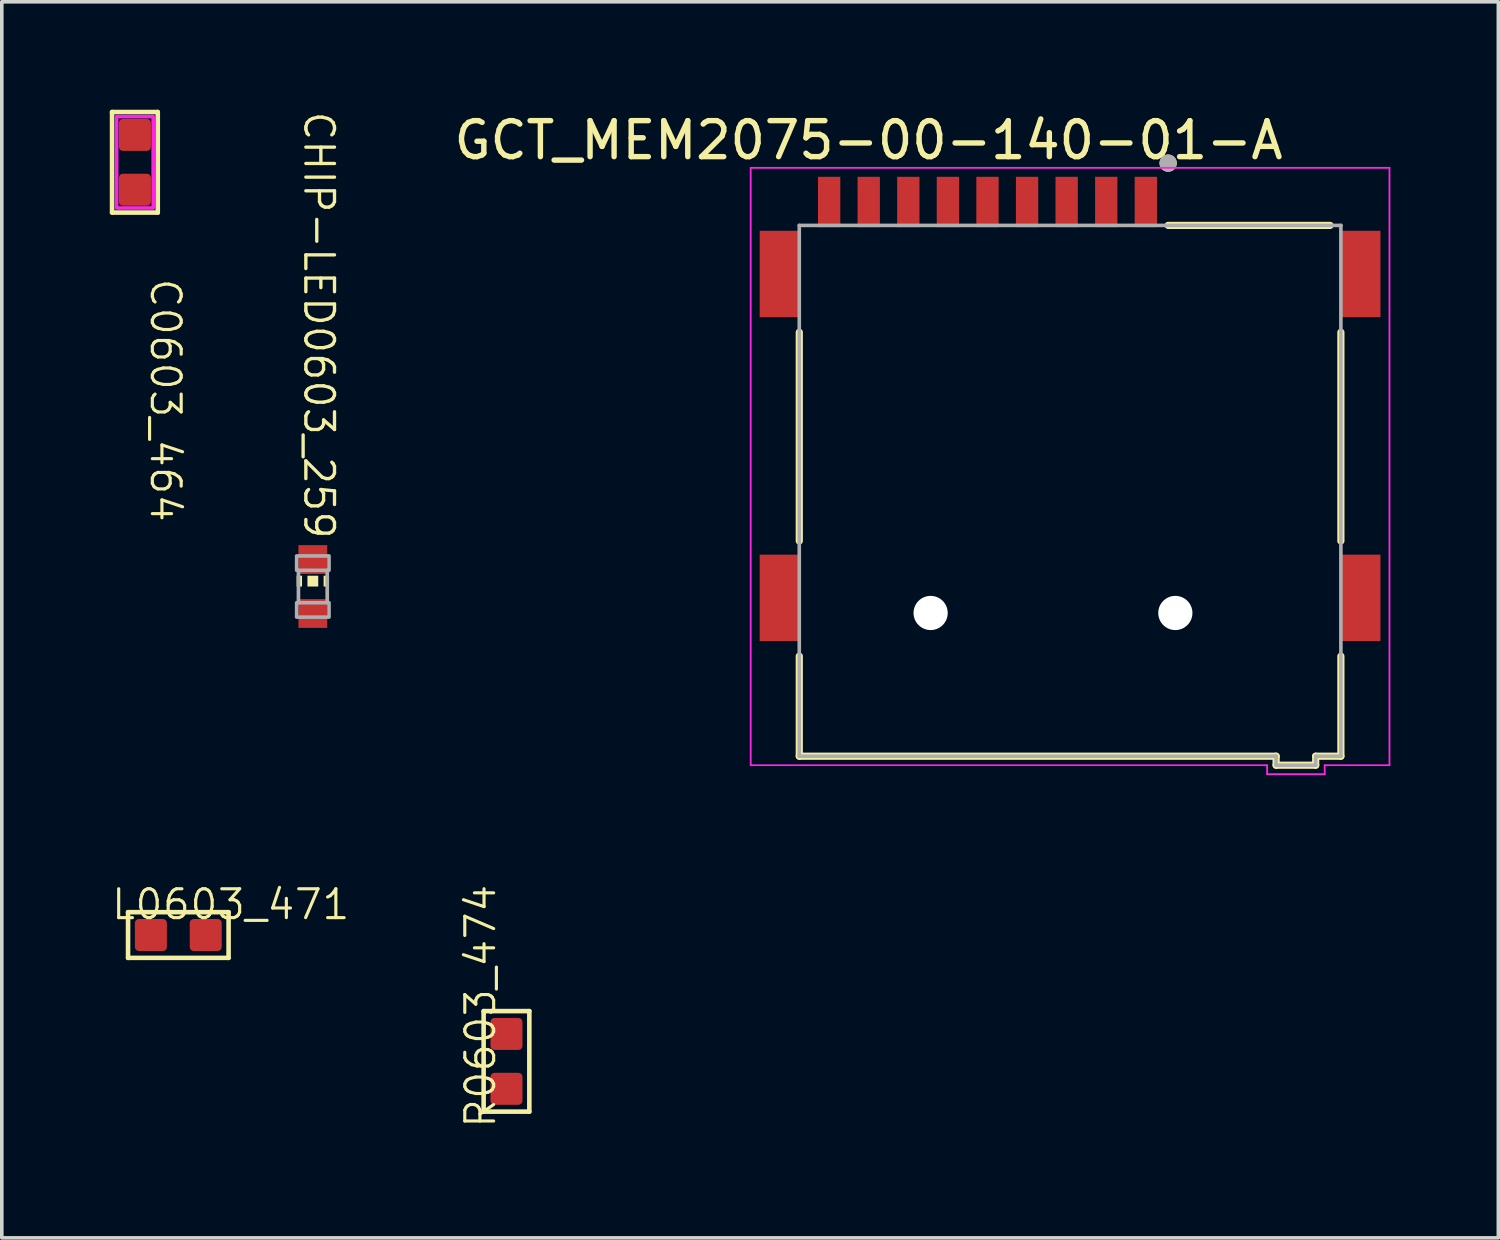
<source format=kicad_pcb>
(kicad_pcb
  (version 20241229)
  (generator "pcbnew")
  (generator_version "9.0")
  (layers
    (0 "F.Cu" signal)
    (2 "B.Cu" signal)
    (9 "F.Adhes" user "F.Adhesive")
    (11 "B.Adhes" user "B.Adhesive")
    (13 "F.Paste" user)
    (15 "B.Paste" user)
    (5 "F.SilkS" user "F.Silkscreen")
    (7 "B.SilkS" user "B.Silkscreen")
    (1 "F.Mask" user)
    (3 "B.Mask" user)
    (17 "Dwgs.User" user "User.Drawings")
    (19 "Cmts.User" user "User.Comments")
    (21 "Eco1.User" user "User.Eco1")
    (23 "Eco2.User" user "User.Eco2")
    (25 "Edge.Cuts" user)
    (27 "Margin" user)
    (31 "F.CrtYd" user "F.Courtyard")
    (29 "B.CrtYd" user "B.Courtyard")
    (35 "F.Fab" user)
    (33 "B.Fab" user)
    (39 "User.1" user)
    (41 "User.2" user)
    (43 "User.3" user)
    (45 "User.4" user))
  (footprint "L0603_471"
    (layer "F.Cu")
    (at 1.905 22.932)
    (property "Reference" "L0603_471" (at -1.905 -0.381 0) (unlocked yes) (layer "F.SilkS") (effects (font (size 0.802 0.802) (thickness 0.087)) (justify left bottom)))
    (fp_line (start -1.397 -0.635) (end 1.397 -0.635) (stroke (width 0.127) (type solid)) (layer "F.SilkS"))
    (fp_line (start -1.397 0.635) (end -1.397 -0.635) (stroke (width 0.127) (type solid)) (layer "F.SilkS"))
    (fp_line (start 1.397 -0.635) (end 1.397 0.635) (stroke (width 0.127) (type solid)) (layer "F.SilkS"))
    (fp_line (start 1.397 0.635) (end -1.397 0.635) (stroke (width 0.127) (type solid)) (layer "F.SilkS"))
    (pad "1" smd roundrect (at -0.762 0 180) (size 0.889 0.889) (layers "F.Cu" "F.Mask" "F.Paste") (roundrect_rratio 0.125))
    (pad "2" smd roundrect (at 0.762 0 180) (size 0.889 0.889) (layers "F.Cu" "F.Mask" "F.Paste") (roundrect_rratio 0.125)))
  (footprint "C0603_464"
    (layer "F.Cu")
    (at 0.699 1.46)
    (property "Reference" "C0603_464" (at 0.381 3.175 270) (unlocked yes) (layer "F.SilkS") (effects (font (size 0.802 0.802) (thickness 0.087)) (justify left bottom)))
    (fp_line (start -0.635 -1.397) (end 0.635 -1.397) (stroke (width 0.127) (type solid)) (layer "F.SilkS"))
    (fp_line (start -0.635 1.397) (end -0.635 -1.397) (stroke (width 0.127) (type solid)) (layer "F.SilkS"))
    (fp_line (start 0.635 -1.397) (end 0.635 1.397) (stroke (width 0.127) (type solid)) (layer "F.SilkS"))
    (fp_line (start 0.635 1.397) (end -0.635 1.397) (stroke (width 0.127) (type solid)) (layer "F.SilkS"))
    (fp_poly (pts (xy -0.508 -1.27) (xy -0.508 1.27) (xy 0.508 1.27) (xy 0.508 -1.27)) (stroke (width 0.1) (type default)) (fill no) (layer "F.CrtYd"))
    (pad "1" smd roundrect (at 0 -0.762 90) (size 0.889 0.889) (layers "F.Cu" "F.Mask" "F.Paste") (roundrect_rratio 0.125))
    (pad "2" smd roundrect (at 0 0.762 90) (size 0.889 0.889) (layers "F.Cu" "F.Mask" "F.Paste") (roundrect_rratio 0.125)))
  (footprint "R0603_474"
    (layer "F.Cu")
    (at 11.024 26.443)
    (property "Reference" "R0603_474" (at -0.254 1.905 90) (unlocked yes) (layer "F.SilkS") (effects (font (size 0.802 0.802) (thickness 0.087)) (justify left bottom)))
    (fp_line (start -0.635 -1.397) (end 0.635 -1.397) (stroke (width 0.127) (type solid)) (layer "F.SilkS"))
    (fp_line (start -0.635 1.397) (end -0.635 -1.397) (stroke (width 0.127) (type solid)) (layer "F.SilkS"))
    (fp_line (start 0.635 -1.397) (end 0.635 1.397) (stroke (width 0.127) (type solid)) (layer "F.SilkS"))
    (fp_line (start 0.635 1.397) (end -0.635 1.397) (stroke (width 0.127) (type solid)) (layer "F.SilkS"))
    (pad "1" smd roundrect (at 0 -0.762 90) (size 0.889 0.889) (layers "F.Cu" "F.Mask" "F.Paste") (roundrect_rratio 0.125))
    (pad "2" smd roundrect (at 0 0.762 90) (size 0.889 0.889) (layers "F.Cu" "F.Mask" "F.Paste") (roundrect_rratio 0.125)))
  (footprint "CHIP-LED0603_259"
    (layer "F.Cu")
    (at 5.643 13.248)
    (property "Reference" "CHIP-LED0603_259" (at 0.635 -1.27 270) (unlocked yes) (layer "F.SilkS") (effects (font (size 0.796 0.796) (thickness 0.093)) (justify right top)))
    (fp_poly (pts (xy -0.45 0) (xy -0.3 0) (xy -0.3 -0.3) (xy -0.45 -0.3)) (stroke (width 0) (type default)) (fill yes) (layer "F.SilkS"))
    (fp_poly (pts (xy -0.15 0) (xy 0.15 0) (xy 0.15 -0.3) (xy -0.15 -0.3)) (stroke (width 0) (type default)) (fill yes) (layer "F.SilkS"))
    (fp_poly (pts (xy 0.3 0) (xy 0.45 0) (xy 0.45 -0.3) (xy 0.3 -0.3)) (stroke (width 0) (type default)) (fill yes) (layer "F.SilkS"))
    (fp_line (start -0.4 -0.45) (end -0.4 0.45) (stroke (width 0.102) (type solid)) (layer "F.Fab"))
    (fp_line (start 0.4 -0.45) (end 0.4 0.45) (stroke (width 0.102) (type solid)) (layer "F.Fab"))
    (fp_poly (pts (xy -0.45 -0.45) (xy 0.45 -0.45) (xy 0.45 -0.85) (xy -0.45 -0.85)) (stroke (width 0.1) (type default)) (fill no) (layer "F.Fab"))
    (fp_poly (pts (xy -0.45 0.85) (xy 0.45 0.85) (xy 0.45 0.45) (xy -0.45 0.45)) (stroke (width 0.1) (type default)) (fill no) (layer "F.Fab"))
    (pad "A" smd rect (at 0 0.75) (size 0.8 0.8) (layers "F.Cu" "F.Mask" "F.Paste"))
    (pad "C" smd rect (at 0 -0.75) (size 0.8 0.8) (layers "F.Cu" "F.Mask" "F.Paste")))
  (footprint "GCT_MEM2075-00-140-01-A"
    (layer "F.Cu")
    (at 26.21 13.983)
    (property "Reference" "GCT_MEM2075-00-140-01-A" (at -5.125 -13.135 0) (layer "F.SilkS") (effects (font (size 1 1) (thickness 0.15))))
    (attr smd)
    (fp_line (start -7.05 -2) (end -7.05 -7.8) (stroke (width 0.2) (type solid)) (layer "F.SilkS"))
    (fp_line (start -7.05 3.98) (end -7.05 1.2) (stroke (width 0.2) (type solid)) (layer "F.SilkS"))
    (fp_line (start -7.05 3.98) (end 6.2 3.98) (stroke (width 0.2) (type solid)) (layer "F.SilkS"))
    (fp_line (start 3.2 -10.77) (end 7.7 -10.77) (stroke (width 0.2) (type solid)) (layer "F.SilkS"))
    (fp_line (start 6.2 3.98) (end 6.2 4.23) (stroke (width 0.2) (type solid)) (layer "F.SilkS"))
    (fp_line (start 6.2 4.23) (end 7.3 4.23) (stroke (width 0.2) (type solid)) (layer "F.SilkS"))
    (fp_line (start 7.3 3.98) (end 8 3.98) (stroke (width 0.2) (type solid)) (layer "F.SilkS"))
    (fp_line (start 7.3 4.23) (end 7.3 3.98) (stroke (width 0.2) (type solid)) (layer "F.SilkS"))
    (fp_line (start 8 -2) (end 8 -7.8) (stroke (width 0.2) (type solid)) (layer "F.SilkS"))
    (fp_line (start 8 3.98) (end 8 1.2) (stroke (width 0.2) (type solid)) (layer "F.SilkS"))
    (fp_circle (center 3.2 -12.5) (end 3.32 -12.5) (stroke (width 0.24) (type solid)) (fill no) (layer "F.SilkS"))
    (fp_line (start -8.4 -12.37) (end 9.35 -12.37) (stroke (width 0.05) (type solid)) (layer "F.CrtYd"))
    (fp_line (start -8.4 4.23) (end -8.4 -12.37) (stroke (width 0.05) (type solid)) (layer "F.CrtYd"))
    (fp_line (start -8.4 4.23) (end 5.95 4.23) (stroke (width 0.05) (type solid)) (layer "F.CrtYd"))
    (fp_line (start 5.95 4.23) (end 5.95 4.48) (stroke (width 0.05) (type solid)) (layer "F.CrtYd"))
    (fp_line (start 5.95 4.48) (end 7.55 4.48) (stroke (width 0.05) (type solid)) (layer "F.CrtYd"))
    (fp_line (start 7.55 4.23) (end 9.35 4.23) (stroke (width 0.05) (type solid)) (layer "F.CrtYd"))
    (fp_line (start 7.55 4.48) (end 7.55 4.23) (stroke (width 0.05) (type solid)) (layer "F.CrtYd"))
    (fp_line (start 9.35 -12.37) (end 9.35 4.23) (stroke (width 0.05) (type solid)) (layer "F.CrtYd"))
    (fp_line (start -7.05 -10.77) (end 8 -10.77) (stroke (width 0.1) (type solid)) (layer "F.Fab"))
    (fp_line (start -7.05 3.98) (end -7.05 -10.77) (stroke (width 0.1) (type solid)) (layer "F.Fab"))
    (fp_line (start -7.05 3.98) (end 6.2 3.98) (stroke (width 0.1) (type solid)) (layer "F.Fab"))
    (fp_line (start 6.2 3.98) (end 6.2 4.23) (stroke (width 0.1) (type solid)) (layer "F.Fab"))
    (fp_line (start 6.2 4.23) (end 7.3 4.23) (stroke (width 0.1) (type solid)) (layer "F.Fab"))
    (fp_line (start 7.3 3.98) (end 8 3.98) (stroke (width 0.1) (type solid)) (layer "F.Fab"))
    (fp_line (start 7.3 4.23) (end 7.3 3.98) (stroke (width 0.1) (type solid)) (layer "F.Fab"))
    (fp_line (start 8 3.98) (end 8 -10.77) (stroke (width 0.1) (type solid)) (layer "F.Fab"))
    (fp_circle (center 3.2 -12.5) (end 3.32 -12.5) (stroke (width 0.24) (type solid)) (fill no) (layer "F.Fab"))
    (pad "" np_thru_hole circle (at -3.4 0) (size 0.95 0.95) (drill 0.95) (layers "*.Cu" "*.Mask"))
    (pad "" np_thru_hole circle (at 3.4 0) (size 0.95 0.95) (drill 0.95) (layers "*.Cu" "*.Mask"))
    (pad "P1" smd rect (at 2.58 -11.42) (size 0.62 1.4) (layers "F.Cu" "F.Mask" "F.Paste"))
    (pad "P2" smd rect (at 1.48 -11.42) (size 0.62 1.4) (layers "F.Cu" "F.Mask" "F.Paste"))
    (pad "P3" smd rect (at 0.38 -11.42) (size 0.62 1.4) (layers "F.Cu" "F.Mask" "F.Paste"))
    (pad "P4" smd rect (at -0.72 -11.42) (size 0.62 1.4) (layers "F.Cu" "F.Mask" "F.Paste"))
    (pad "P5" smd rect (at -1.82 -11.42) (size 0.62 1.4) (layers "F.Cu" "F.Mask" "F.Paste"))
    (pad "P6" smd rect (at -2.92 -11.42) (size 0.62 1.4) (layers "F.Cu" "F.Mask" "F.Paste"))
    (pad "P7" smd rect (at -4.02 -11.42) (size 0.62 1.4) (layers "F.Cu" "F.Mask" "F.Paste"))
    (pad "P8" smd rect (at -5.12 -11.42) (size 0.62 1.4) (layers "F.Cu" "F.Mask" "F.Paste"))
    (pad "P9" smd rect (at -6.22 -11.42) (size 0.62 1.4) (layers "F.Cu" "F.Mask" "F.Paste"))
    (pad "SH1" smd rect (at -7.6 -0.42) (size 1.1 2.4) (layers "F.Cu" "F.Mask" "F.Paste"))
    (pad "SH2" smd rect (at -7.6 -9.42) (size 1.1 2.4) (layers "F.Cu" "F.Mask" "F.Paste"))
    (pad "SH3" smd rect (at 8.55 -9.42) (size 1.1 2.4) (layers "F.Cu" "F.Mask" "F.Paste"))
    (pad "SH4" smd rect (at 8.55 -0.42) (size 1.1 2.4) (layers "F.Cu" "F.Mask" "F.Paste"))
    (zone (net_name "") (layer "F.Cu") (hatch full 0.508) (connect_pads) (min_thickness 0.01) (filled_areas_thickness no) (keepout (tracks not_allowed) (vias not_allowed) (pads not_allowed) (copperpour not_allowed) (footprints allowed)) (placement (enabled no)) (fill) (polygon (pts (xy 19.16 6.063) (xy 29.36 6.063) (xy 29.36 10.113) (xy 19.16 10.113))))
    (zone (net_name "") (layers "F.Cu" "B.Cu") (hatch full 0.508) (connect_pads) (min_thickness 0.01) (filled_areas_thickness no) (keepout (tracks allowed) (vias not_allowed) (pads allowed) (copperpour allowed) (footprints allowed)) (placement (enabled no)) (fill) (polygon (pts (xy 19.16 6.063) (xy 29.36 6.063) (xy 29.36 10.113) (xy 19.16 10.113)))))
  (gr_rect
    (start -3 -3)
    (end 38.585 31.348)
    (stroke (width 0.1) (type default))
    (fill no)
    (layer "Edge.Cuts")))
</source>
